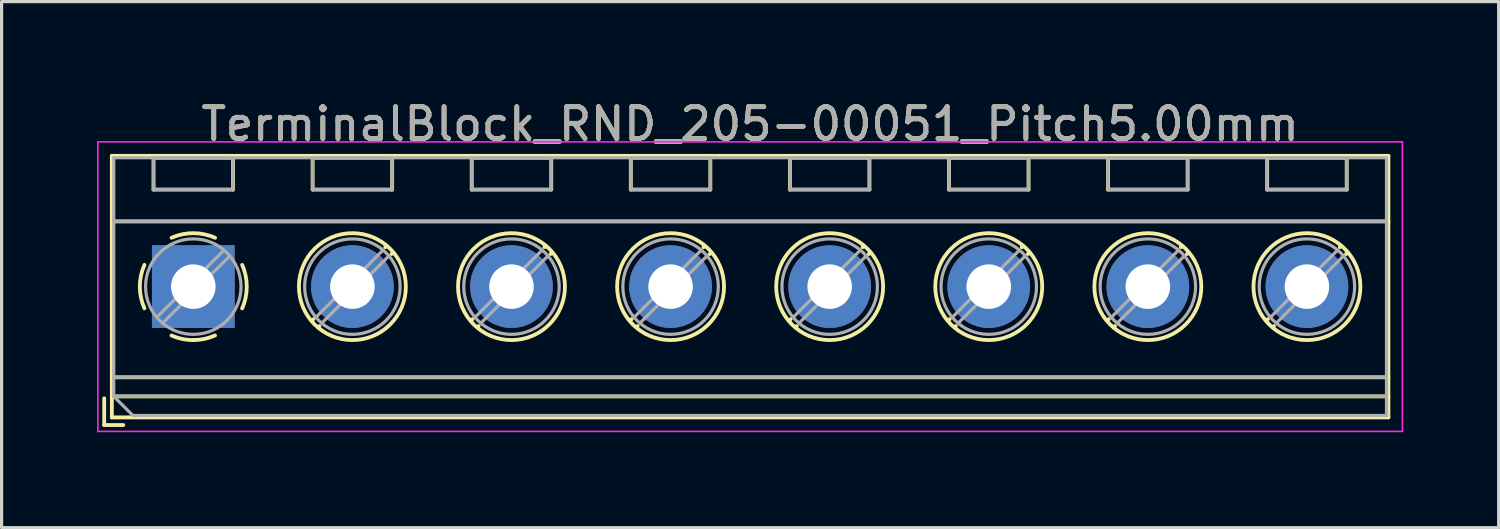
<source format=kicad_pcb>
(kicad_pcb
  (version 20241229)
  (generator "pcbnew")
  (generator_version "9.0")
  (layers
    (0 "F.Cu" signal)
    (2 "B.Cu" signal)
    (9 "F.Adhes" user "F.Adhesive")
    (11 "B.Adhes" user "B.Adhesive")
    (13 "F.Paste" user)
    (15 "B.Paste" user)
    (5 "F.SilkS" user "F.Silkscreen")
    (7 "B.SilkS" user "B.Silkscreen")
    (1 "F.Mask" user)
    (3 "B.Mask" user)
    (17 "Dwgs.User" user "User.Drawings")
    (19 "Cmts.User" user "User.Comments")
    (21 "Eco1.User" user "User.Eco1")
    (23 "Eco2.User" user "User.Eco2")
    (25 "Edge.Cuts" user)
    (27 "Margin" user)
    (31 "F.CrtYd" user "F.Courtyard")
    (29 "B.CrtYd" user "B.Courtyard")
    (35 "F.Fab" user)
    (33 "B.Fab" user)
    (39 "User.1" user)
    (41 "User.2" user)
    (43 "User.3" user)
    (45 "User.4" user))
  (footprint "TerminalBlock_RND_205-00051_Pitch5.00mm"
    (layer "F.Cu")
    (at 3.025 5.958)
    (property "Reference" "TerminalBlock_RND_205-00051_Pitch5.00mm" (at 17.5 -5.11 0) (layer "F.SilkS") (effects (font (size 1 1) (thickness 0.15))))
    (attr through_hole)
    (fp_line (start -2.8 3.51) (end -2.8 4.35) (stroke (width 0.12) (type solid)) (layer "F.SilkS"))
    (fp_line (start -2.8 4.35) (end -2.2 4.35) (stroke (width 0.12) (type solid)) (layer "F.SilkS"))
    (fp_line (start -2.56 -4.11) (end -2.56 4.11) (stroke (width 0.12) (type solid)) (layer "F.SilkS"))
    (fp_line (start -2.56 -2.05) (end 37.56 -2.05) (stroke (width 0.12) (type solid)) (layer "F.SilkS"))
    (fp_line (start -2.56 2.85) (end 37.56 2.85) (stroke (width 0.12) (type solid)) (layer "F.SilkS"))
    (fp_line (start -2.56 3.45) (end 37.56 3.45) (stroke (width 0.12) (type solid)) (layer "F.SilkS"))
    (fp_line (start -2.56 4.11) (end 37.56 4.11) (stroke (width 0.12) (type solid)) (layer "F.SilkS"))
    (fp_line (start -1.25 -4.05) (end -1.25 -3.05) (stroke (width 0.12) (type solid)) (layer "F.SilkS"))
    (fp_line (start -1.25 -4.05) (end 1.25 -4.05) (stroke (width 0.12) (type solid)) (layer "F.SilkS"))
    (fp_line (start -1.25 -3.05) (end 1.25 -3.05) (stroke (width 0.12) (type solid)) (layer "F.SilkS"))
    (fp_line (start 1.25 -4.05) (end 1.25 -3.05) (stroke (width 0.12) (type solid)) (layer "F.SilkS"))
    (fp_line (start 3.75 -4.05) (end 3.75 -3.05) (stroke (width 0.12) (type solid)) (layer "F.SilkS"))
    (fp_line (start 3.75 -4.05) (end 6.25 -4.05) (stroke (width 0.12) (type solid)) (layer "F.SilkS"))
    (fp_line (start 3.75 -3.05) (end 6.25 -3.05) (stroke (width 0.12) (type solid)) (layer "F.SilkS"))
    (fp_line (start 3.773 1.023) (end 3.726 1.069) (stroke (width 0.12) (type solid)) (layer "F.SilkS"))
    (fp_line (start 3.966 1.239) (end 3.931 1.274) (stroke (width 0.12) (type solid)) (layer "F.SilkS"))
    (fp_line (start 6.07 -1.275) (end 6.035 -1.239) (stroke (width 0.12) (type solid)) (layer "F.SilkS"))
    (fp_line (start 6.25 -4.05) (end 6.25 -3.05) (stroke (width 0.12) (type solid)) (layer "F.SilkS"))
    (fp_line (start 6.275 -1.069) (end 6.228 -1.023) (stroke (width 0.12) (type solid)) (layer "F.SilkS"))
    (fp_line (start 8.75 -4.05) (end 8.75 -3.05) (stroke (width 0.12) (type solid)) (layer "F.SilkS"))
    (fp_line (start 8.75 -4.05) (end 11.25 -4.05) (stroke (width 0.12) (type solid)) (layer "F.SilkS"))
    (fp_line (start 8.75 -3.05) (end 11.25 -3.05) (stroke (width 0.12) (type solid)) (layer "F.SilkS"))
    (fp_line (start 8.773 1.023) (end 8.726 1.069) (stroke (width 0.12) (type solid)) (layer "F.SilkS"))
    (fp_line (start 8.966 1.239) (end 8.931 1.274) (stroke (width 0.12) (type solid)) (layer "F.SilkS"))
    (fp_line (start 11.07 -1.275) (end 11.035 -1.239) (stroke (width 0.12) (type solid)) (layer "F.SilkS"))
    (fp_line (start 11.25 -4.05) (end 11.25 -3.05) (stroke (width 0.12) (type solid)) (layer "F.SilkS"))
    (fp_line (start 11.275 -1.069) (end 11.228 -1.023) (stroke (width 0.12) (type solid)) (layer "F.SilkS"))
    (fp_line (start 13.75 -4.05) (end 13.75 -3.05) (stroke (width 0.12) (type solid)) (layer "F.SilkS"))
    (fp_line (start 13.75 -4.05) (end 16.25 -4.05) (stroke (width 0.12) (type solid)) (layer "F.SilkS"))
    (fp_line (start 13.75 -3.05) (end 16.25 -3.05) (stroke (width 0.12) (type solid)) (layer "F.SilkS"))
    (fp_line (start 13.773 1.023) (end 13.726 1.069) (stroke (width 0.12) (type solid)) (layer "F.SilkS"))
    (fp_line (start 13.966 1.239) (end 13.931 1.274) (stroke (width 0.12) (type solid)) (layer "F.SilkS"))
    (fp_line (start 16.07 -1.275) (end 16.035 -1.239) (stroke (width 0.12) (type solid)) (layer "F.SilkS"))
    (fp_line (start 16.25 -4.05) (end 16.25 -3.05) (stroke (width 0.12) (type solid)) (layer "F.SilkS"))
    (fp_line (start 16.275 -1.069) (end 16.228 -1.023) (stroke (width 0.12) (type solid)) (layer "F.SilkS"))
    (fp_line (start 18.75 -4.05) (end 18.75 -3.05) (stroke (width 0.12) (type solid)) (layer "F.SilkS"))
    (fp_line (start 18.75 -4.05) (end 21.25 -4.05) (stroke (width 0.12) (type solid)) (layer "F.SilkS"))
    (fp_line (start 18.75 -3.05) (end 21.25 -3.05) (stroke (width 0.12) (type solid)) (layer "F.SilkS"))
    (fp_line (start 18.773 1.023) (end 18.726 1.069) (stroke (width 0.12) (type solid)) (layer "F.SilkS"))
    (fp_line (start 18.966 1.239) (end 18.931 1.274) (stroke (width 0.12) (type solid)) (layer "F.SilkS"))
    (fp_line (start 21.07 -1.275) (end 21.035 -1.239) (stroke (width 0.12) (type solid)) (layer "F.SilkS"))
    (fp_line (start 21.25 -4.05) (end 21.25 -3.05) (stroke (width 0.12) (type solid)) (layer "F.SilkS"))
    (fp_line (start 21.275 -1.069) (end 21.228 -1.023) (stroke (width 0.12) (type solid)) (layer "F.SilkS"))
    (fp_line (start 23.75 -4.05) (end 23.75 -3.05) (stroke (width 0.12) (type solid)) (layer "F.SilkS"))
    (fp_line (start 23.75 -4.05) (end 26.25 -4.05) (stroke (width 0.12) (type solid)) (layer "F.SilkS"))
    (fp_line (start 23.75 -3.05) (end 26.25 -3.05) (stroke (width 0.12) (type solid)) (layer "F.SilkS"))
    (fp_line (start 23.773 1.023) (end 23.726 1.069) (stroke (width 0.12) (type solid)) (layer "F.SilkS"))
    (fp_line (start 23.966 1.239) (end 23.931 1.274) (stroke (width 0.12) (type solid)) (layer "F.SilkS"))
    (fp_line (start 26.07 -1.275) (end 26.035 -1.239) (stroke (width 0.12) (type solid)) (layer "F.SilkS"))
    (fp_line (start 26.25 -4.05) (end 26.25 -3.05) (stroke (width 0.12) (type solid)) (layer "F.SilkS"))
    (fp_line (start 26.275 -1.069) (end 26.228 -1.023) (stroke (width 0.12) (type solid)) (layer "F.SilkS"))
    (fp_line (start 28.75 -4.05) (end 28.75 -3.05) (stroke (width 0.12) (type solid)) (layer "F.SilkS"))
    (fp_line (start 28.75 -4.05) (end 31.25 -4.05) (stroke (width 0.12) (type solid)) (layer "F.SilkS"))
    (fp_line (start 28.75 -3.05) (end 31.25 -3.05) (stroke (width 0.12) (type solid)) (layer "F.SilkS"))
    (fp_line (start 28.773 1.023) (end 28.726 1.069) (stroke (width 0.12) (type solid)) (layer "F.SilkS"))
    (fp_line (start 28.966 1.239) (end 28.931 1.274) (stroke (width 0.12) (type solid)) (layer "F.SilkS"))
    (fp_line (start 31.07 -1.275) (end 31.035 -1.239) (stroke (width 0.12) (type solid)) (layer "F.SilkS"))
    (fp_line (start 31.25 -4.05) (end 31.25 -3.05) (stroke (width 0.12) (type solid)) (layer "F.SilkS"))
    (fp_line (start 31.275 -1.069) (end 31.228 -1.023) (stroke (width 0.12) (type solid)) (layer "F.SilkS"))
    (fp_line (start 33.75 -4.05) (end 33.75 -3.05) (stroke (width 0.12) (type solid)) (layer "F.SilkS"))
    (fp_line (start 33.75 -4.05) (end 36.25 -4.05) (stroke (width 0.12) (type solid)) (layer "F.SilkS"))
    (fp_line (start 33.75 -3.05) (end 36.25 -3.05) (stroke (width 0.12) (type solid)) (layer "F.SilkS"))
    (fp_line (start 33.773 1.023) (end 33.726 1.069) (stroke (width 0.12) (type solid)) (layer "F.SilkS"))
    (fp_line (start 33.966 1.239) (end 33.931 1.274) (stroke (width 0.12) (type solid)) (layer "F.SilkS"))
    (fp_line (start 36.07 -1.275) (end 36.035 -1.239) (stroke (width 0.12) (type solid)) (layer "F.SilkS"))
    (fp_line (start 36.25 -4.05) (end 36.25 -3.05) (stroke (width 0.12) (type solid)) (layer "F.SilkS"))
    (fp_line (start 36.275 -1.069) (end 36.228 -1.023) (stroke (width 0.12) (type solid)) (layer "F.SilkS"))
    (fp_line (start 37.56 -4.11) (end -2.56 -4.11) (stroke (width 0.12) (type solid)) (layer "F.SilkS"))
    (fp_line (start 37.56 4.11) (end 37.56 -4.11) (stroke (width 0.12) (type solid)) (layer "F.SilkS"))
    (fp_arc (start -1.535427 0.683042) (mid -1.680501 -0.000524) (end -1.535 -0.684) (stroke (width 0.12) (type solid)) (layer "F.SilkS"))
    (fp_arc (start -0.683042 -1.535427) (mid 0.000524 -1.680501) (end 0.684 -1.535) (stroke (width 0.12) (type solid)) (layer "F.SilkS"))
    (fp_arc (start 0.028805 1.680253) (mid -0.335551 1.646659) (end -0.684 1.535) (stroke (width 0.12) (type solid)) (layer "F.SilkS"))
    (fp_arc (start 0.683318 1.534756) (mid 0.349292 1.643288) (end 0 1.68) (stroke (width 0.12) (type solid)) (layer "F.SilkS"))
    (fp_arc (start 1.535427 -0.683042) (mid 1.680501 0.000524) (end 1.535 0.684) (stroke (width 0.12) (type solid)) (layer "F.SilkS"))
    (fp_circle (center 5 0) (end 6.68 0) (stroke (width 0.12) (type solid)) (fill no) (layer "F.SilkS"))
    (fp_circle (center 10 0) (end 11.68 0) (stroke (width 0.12) (type solid)) (fill no) (layer "F.SilkS"))
    (fp_circle (center 15 0) (end 16.68 0) (stroke (width 0.12) (type solid)) (fill no) (layer "F.SilkS"))
    (fp_circle (center 20 0) (end 21.68 0) (stroke (width 0.12) (type solid)) (fill no) (layer "F.SilkS"))
    (fp_circle (center 25 0) (end 26.68 0) (stroke (width 0.12) (type solid)) (fill no) (layer "F.SilkS"))
    (fp_circle (center 30 0) (end 31.68 0) (stroke (width 0.12) (type solid)) (fill no) (layer "F.SilkS"))
    (fp_circle (center 35 0) (end 36.68 0) (stroke (width 0.12) (type solid)) (fill no) (layer "F.SilkS"))
    (fp_line (start -3 -4.55) (end -3 4.55) (stroke (width 0.05) (type solid)) (layer "F.CrtYd"))
    (fp_line (start -3 4.55) (end 38 4.55) (stroke (width 0.05) (type solid)) (layer "F.CrtYd"))
    (fp_line (start 38 -4.55) (end -3 -4.55) (stroke (width 0.05) (type solid)) (layer "F.CrtYd"))
    (fp_line (start 38 4.55) (end 38 -4.55) (stroke (width 0.05) (type solid)) (layer "F.CrtYd"))
    (fp_line (start -2.5 -4.05) (end 37.5 -4.05) (stroke (width 0.1) (type solid)) (layer "F.Fab"))
    (fp_line (start -2.5 -2.05) (end 37.5 -2.05) (stroke (width 0.1) (type solid)) (layer "F.Fab"))
    (fp_line (start -2.5 2.85) (end 37.5 2.85) (stroke (width 0.1) (type solid)) (layer "F.Fab"))
    (fp_line (start -2.5 3.45) (end -2.5 -4.05) (stroke (width 0.1) (type solid)) (layer "F.Fab"))
    (fp_line (start -2.5 3.45) (end 37.5 3.45) (stroke (width 0.1) (type solid)) (layer "F.Fab"))
    (fp_line (start -1.9 4.05) (end -2.5 3.45) (stroke (width 0.1) (type solid)) (layer "F.Fab"))
    (fp_line (start -1.25 -4.05) (end -1.25 -3.05) (stroke (width 0.1) (type solid)) (layer "F.Fab"))
    (fp_line (start -1.25 -3.05) (end 1.25 -3.05) (stroke (width 0.1) (type solid)) (layer "F.Fab"))
    (fp_line (start 0.955 -1.138) (end -1.138 0.955) (stroke (width 0.1) (type solid)) (layer "F.Fab"))
    (fp_line (start 1.138 -0.955) (end -0.955 1.138) (stroke (width 0.1) (type solid)) (layer "F.Fab"))
    (fp_line (start 1.25 -4.05) (end -1.25 -4.05) (stroke (width 0.1) (type solid)) (layer "F.Fab"))
    (fp_line (start 1.25 -3.05) (end 1.25 -4.05) (stroke (width 0.1) (type solid)) (layer "F.Fab"))
    (fp_line (start 3.75 -4.05) (end 3.75 -3.05) (stroke (width 0.1) (type solid)) (layer "F.Fab"))
    (fp_line (start 3.75 -3.05) (end 6.25 -3.05) (stroke (width 0.1) (type solid)) (layer "F.Fab"))
    (fp_line (start 5.955 -1.138) (end 3.863 0.955) (stroke (width 0.1) (type solid)) (layer "F.Fab"))
    (fp_line (start 6.138 -0.955) (end 4.046 1.138) (stroke (width 0.1) (type solid)) (layer "F.Fab"))
    (fp_line (start 6.25 -4.05) (end 3.75 -4.05) (stroke (width 0.1) (type solid)) (layer "F.Fab"))
    (fp_line (start 6.25 -3.05) (end 6.25 -4.05) (stroke (width 0.1) (type solid)) (layer "F.Fab"))
    (fp_line (start 8.75 -4.05) (end 8.75 -3.05) (stroke (width 0.1) (type solid)) (layer "F.Fab"))
    (fp_line (start 8.75 -3.05) (end 11.25 -3.05) (stroke (width 0.1) (type solid)) (layer "F.Fab"))
    (fp_line (start 10.955 -1.138) (end 8.863 0.955) (stroke (width 0.1) (type solid)) (layer "F.Fab"))
    (fp_line (start 11.138 -0.955) (end 9.046 1.138) (stroke (width 0.1) (type solid)) (layer "F.Fab"))
    (fp_line (start 11.25 -4.05) (end 8.75 -4.05) (stroke (width 0.1) (type solid)) (layer "F.Fab"))
    (fp_line (start 11.25 -3.05) (end 11.25 -4.05) (stroke (width 0.1) (type solid)) (layer "F.Fab"))
    (fp_line (start 13.75 -4.05) (end 13.75 -3.05) (stroke (width 0.1) (type solid)) (layer "F.Fab"))
    (fp_line (start 13.75 -3.05) (end 16.25 -3.05) (stroke (width 0.1) (type solid)) (layer "F.Fab"))
    (fp_line (start 15.955 -1.138) (end 13.863 0.955) (stroke (width 0.1) (type solid)) (layer "F.Fab"))
    (fp_line (start 16.138 -0.955) (end 14.046 1.138) (stroke (width 0.1) (type solid)) (layer "F.Fab"))
    (fp_line (start 16.25 -4.05) (end 13.75 -4.05) (stroke (width 0.1) (type solid)) (layer "F.Fab"))
    (fp_line (start 16.25 -3.05) (end 16.25 -4.05) (stroke (width 0.1) (type solid)) (layer "F.Fab"))
    (fp_line (start 18.75 -4.05) (end 18.75 -3.05) (stroke (width 0.1) (type solid)) (layer "F.Fab"))
    (fp_line (start 18.75 -3.05) (end 21.25 -3.05) (stroke (width 0.1) (type solid)) (layer "F.Fab"))
    (fp_line (start 20.955 -1.138) (end 18.863 0.955) (stroke (width 0.1) (type solid)) (layer "F.Fab"))
    (fp_line (start 21.138 -0.955) (end 19.046 1.138) (stroke (width 0.1) (type solid)) (layer "F.Fab"))
    (fp_line (start 21.25 -4.05) (end 18.75 -4.05) (stroke (width 0.1) (type solid)) (layer "F.Fab"))
    (fp_line (start 21.25 -3.05) (end 21.25 -4.05) (stroke (width 0.1) (type solid)) (layer "F.Fab"))
    (fp_line (start 23.75 -4.05) (end 23.75 -3.05) (stroke (width 0.1) (type solid)) (layer "F.Fab"))
    (fp_line (start 23.75 -3.05) (end 26.25 -3.05) (stroke (width 0.1) (type solid)) (layer "F.Fab"))
    (fp_line (start 25.955 -1.138) (end 23.863 0.955) (stroke (width 0.1) (type solid)) (layer "F.Fab"))
    (fp_line (start 26.138 -0.955) (end 24.046 1.138) (stroke (width 0.1) (type solid)) (layer "F.Fab"))
    (fp_line (start 26.25 -4.05) (end 23.75 -4.05) (stroke (width 0.1) (type solid)) (layer "F.Fab"))
    (fp_line (start 26.25 -3.05) (end 26.25 -4.05) (stroke (width 0.1) (type solid)) (layer "F.Fab"))
    (fp_line (start 28.75 -4.05) (end 28.75 -3.05) (stroke (width 0.1) (type solid)) (layer "F.Fab"))
    (fp_line (start 28.75 -3.05) (end 31.25 -3.05) (stroke (width 0.1) (type solid)) (layer "F.Fab"))
    (fp_line (start 30.955 -1.138) (end 28.863 0.955) (stroke (width 0.1) (type solid)) (layer "F.Fab"))
    (fp_line (start 31.138 -0.955) (end 29.046 1.138) (stroke (width 0.1) (type solid)) (layer "F.Fab"))
    (fp_line (start 31.25 -4.05) (end 28.75 -4.05) (stroke (width 0.1) (type solid)) (layer "F.Fab"))
    (fp_line (start 31.25 -3.05) (end 31.25 -4.05) (stroke (width 0.1) (type solid)) (layer "F.Fab"))
    (fp_line (start 33.75 -4.05) (end 33.75 -3.05) (stroke (width 0.1) (type solid)) (layer "F.Fab"))
    (fp_line (start 33.75 -3.05) (end 36.25 -3.05) (stroke (width 0.1) (type solid)) (layer "F.Fab"))
    (fp_line (start 35.955 -1.138) (end 33.863 0.955) (stroke (width 0.1) (type solid)) (layer "F.Fab"))
    (fp_line (start 36.138 -0.955) (end 34.046 1.138) (stroke (width 0.1) (type solid)) (layer "F.Fab"))
    (fp_line (start 36.25 -4.05) (end 33.75 -4.05) (stroke (width 0.1) (type solid)) (layer "F.Fab"))
    (fp_line (start 36.25 -3.05) (end 36.25 -4.05) (stroke (width 0.1) (type solid)) (layer "F.Fab"))
    (fp_line (start 37.5 -4.05) (end 37.5 4.05) (stroke (width 0.1) (type solid)) (layer "F.Fab"))
    (fp_line (start 37.5 4.05) (end -1.9 4.05) (stroke (width 0.1) (type solid)) (layer "F.Fab"))
    (fp_circle (center 0 0) (end 1.5 0) (stroke (width 0.1) (type solid)) (fill no) (layer "F.Fab"))
    (fp_circle (center 5 0) (end 6.5 0) (stroke (width 0.1) (type solid)) (fill no) (layer "F.Fab"))
    (fp_circle (center 10 0) (end 11.5 0) (stroke (width 0.1) (type solid)) (fill no) (layer "F.Fab"))
    (fp_circle (center 15 0) (end 16.5 0) (stroke (width 0.1) (type solid)) (fill no) (layer "F.Fab"))
    (fp_circle (center 20 0) (end 21.5 0) (stroke (width 0.1) (type solid)) (fill no) (layer "F.Fab"))
    (fp_circle (center 25 0) (end 26.5 0) (stroke (width 0.1) (type solid)) (fill no) (layer "F.Fab"))
    (fp_circle (center 30 0) (end 31.5 0) (stroke (width 0.1) (type solid)) (fill no) (layer "F.Fab"))
    (fp_circle (center 35 0) (end 36.5 0) (stroke (width 0.1) (type solid)) (fill no) (layer "F.Fab"))
    (fp_text user "${REFERENCE}" (at 17.5 -5.11 0) (layer "F.Fab") (effects (font (size 1 1) (thickness 0.15))))
    (pad "1" thru_hole rect (at 0 0) (size 2.6 2.6) (drill 1.4) (layers "*.Cu" "*.Mask"))
    (pad "2" thru_hole circle (at 5 0) (size 2.6 2.6) (drill 1.4) (layers "*.Cu" "*.Mask"))
    (pad "3" thru_hole circle (at 10 0) (size 2.6 2.6) (drill 1.4) (layers "*.Cu" "*.Mask"))
    (pad "4" thru_hole circle (at 15 0) (size 2.6 2.6) (drill 1.4) (layers "*.Cu" "*.Mask"))
    (pad "5" thru_hole circle (at 20 0) (size 2.6 2.6) (drill 1.4) (layers "*.Cu" "*.Mask"))
    (pad "6" thru_hole circle (at 25 0) (size 2.6 2.6) (drill 1.4) (layers "*.Cu" "*.Mask"))
    (pad "7" thru_hole circle (at 30 0) (size 2.6 2.6) (drill 1.4) (layers "*.Cu" "*.Mask"))
    (pad "8" thru_hole circle (at 35 0) (size 2.6 2.6) (drill 1.4) (layers "*.Cu" "*.Mask")))
  (gr_rect
    (start -3 -3)
    (end 44.05 13.533)
    (stroke (width 0.1) (type default))
    (fill no)
    (layer "Edge.Cuts")))
</source>
